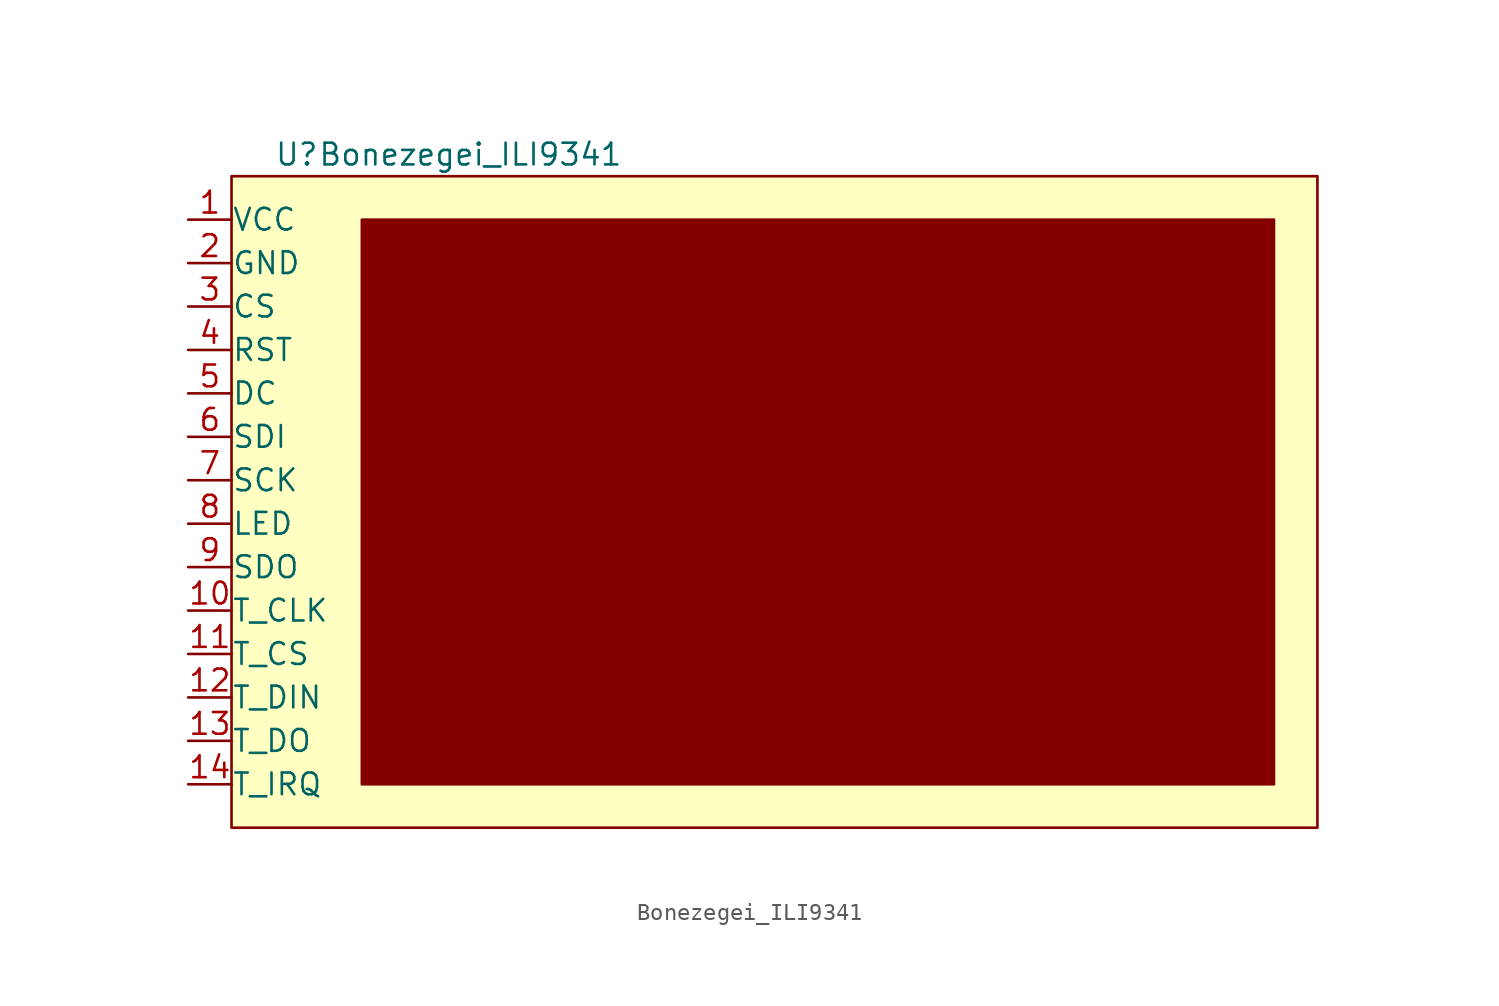
<source format=kicad_sym>
(kicad_symbol_lib
  (version 20211014)
  (generator kicad_symbol_editor)
  (symbol "Bonezegei_ILI9341"
    (pin_names
      (offset 0.0001))
    (property "Reference" "U"
      (at -26.67 20.32 0)
      (effects (font (size 1.27 1.27))))
    (property "Value" "Bonezegei_ILI9341"
      (at -16.51 20.32 0)
      (effects (font (size 1.27 1.27))))
    (symbol "Bonezegei_ILI9341_0_1"
      (rectangle (start -30.48 19.05) (end 33.02 -19.05) (stroke (width 0) (type default) (color 0 0 0 0)) (fill (type background)))
      (rectangle (start -22.86 16.51) (end 30.48 -16.51) (stroke (width 0) (type default) (color 0 0 0 0)) (fill (type outline))))
    (symbol "Bonezegei_ILI9341_1_1"
      (pin power_in line (at -33.02 16.51 0) (length 2.54) (name "VCC" (effects (font (size 1.27 1.27)))) (number "1" (effects (font (size 1.27 1.27)))))
      (pin input line (at -33.02 -6.35 0) (length 2.54) (name "T_CLK" (effects (font (size 1.27 1.27)))) (number "10" (effects (font (size 1.27 1.27)))))
      (pin input line (at -33.02 -8.89 0) (length 2.54) (name "T_CS" (effects (font (size 1.27 1.27)))) (number "11" (effects (font (size 1.27 1.27)))))
      (pin input line (at -33.02 -11.43 0) (length 2.54) (name "T_DIN" (effects (font (size 1.27 1.27)))) (number "12" (effects (font (size 1.27 1.27)))))
      (pin input line (at -33.02 -13.97 0) (length 2.54) (name "T_DO" (effects (font (size 1.27 1.27)))) (number "13" (effects (font (size 1.27 1.27)))))
      (pin input line (at -33.02 -16.51 0) (length 2.54) (name "T_IRQ" (effects (font (size 1.27 1.27)))) (number "14" (effects (font (size 1.27 1.27)))))
      (pin power_in line (at -33.02 13.97 0) (length 2.54) (name "GND" (effects (font (size 1.27 1.27)))) (number "2" (effects (font (size 1.27 1.27)))))
      (pin input line (at -33.02 11.43 0) (length 2.54) (name "CS" (effects (font (size 1.27 1.27)))) (number "3" (effects (font (size 1.27 1.27)))))
      (pin input line (at -33.02 8.89 0) (length 2.54) (name "RST" (effects (font (size 1.27 1.27)))) (number "4" (effects (font (size 1.27 1.27)))))
      (pin input line (at -33.02 6.35 0) (length 2.54) (name "DC" (effects (font (size 1.27 1.27)))) (number "5" (effects (font (size 1.27 1.27)))))
      (pin input line (at -33.02 3.81 0) (length 2.54) (name "SDI" (effects (font (size 1.27 1.27)))) (number "6" (effects (font (size 1.27 1.27)))))
      (pin input line (at -33.02 1.27 0) (length 2.54) (name "SCK" (effects (font (size 1.27 1.27)))) (number "7" (effects (font (size 1.27 1.27)))))
      (pin input line (at -33.02 -1.27 0) (length 2.54) (name "LED" (effects (font (size 1.27 1.27)))) (number "8" (effects (font (size 1.27 1.27)))))
      (pin input line (at -33.02 -3.81 0) (length 2.54) (name "SDO" (effects (font (size 1.27 1.27)))) (number "9" (effects (font (size 1.27 1.27))))))))
</source>
